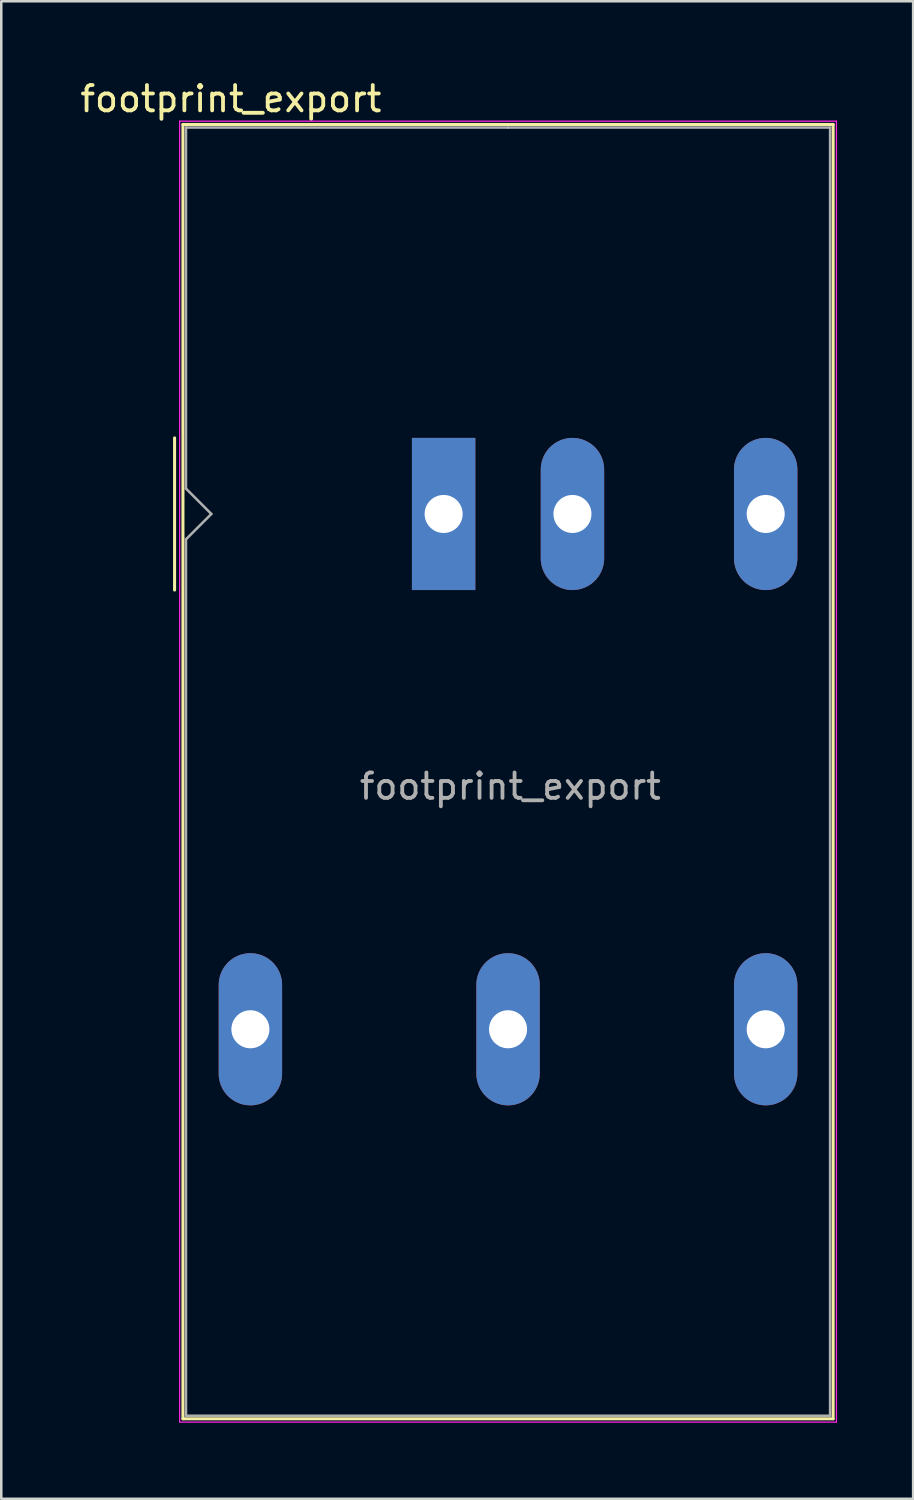
<source format=kicad_pcb>
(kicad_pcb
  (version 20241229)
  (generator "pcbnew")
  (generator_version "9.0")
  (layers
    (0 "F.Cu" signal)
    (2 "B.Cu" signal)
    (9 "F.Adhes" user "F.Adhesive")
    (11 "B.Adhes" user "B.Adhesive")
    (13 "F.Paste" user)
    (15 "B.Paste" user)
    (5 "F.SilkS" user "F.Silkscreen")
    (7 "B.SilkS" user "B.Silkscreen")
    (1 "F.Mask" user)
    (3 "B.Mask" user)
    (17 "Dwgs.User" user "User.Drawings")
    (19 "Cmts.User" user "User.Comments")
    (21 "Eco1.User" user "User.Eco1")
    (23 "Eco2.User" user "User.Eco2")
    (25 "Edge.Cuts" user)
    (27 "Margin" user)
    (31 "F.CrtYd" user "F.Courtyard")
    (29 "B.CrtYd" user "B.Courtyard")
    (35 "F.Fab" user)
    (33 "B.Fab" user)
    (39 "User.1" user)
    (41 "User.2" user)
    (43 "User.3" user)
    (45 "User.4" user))
  (footprint "footprint_export"
    (layer "F.Cu")
    (at 14.444 17.218)
    (property "Reference" "footprint_export" (at -8.39 -16.37 180) (layer "F.SilkS") (effects (font (size 1 1) (thickness 0.15))))
    (attr through_hole)
    (fp_line (start -10.61 -3) (end -10.61 3) (stroke (width 0.12) (type solid)) (layer "F.SilkS"))
    (fp_line (start -10.28 -15.36) (end 15.36 -15.36) (stroke (width 0.12) (type solid)) (layer "F.SilkS"))
    (fp_line (start -10.28 35.68) (end -10.28 -15.36) (stroke (width 0.12) (type solid)) (layer "F.SilkS"))
    (fp_line (start 15.36 -15.36) (end 15.36 35.68) (stroke (width 0.12) (type solid)) (layer "F.SilkS"))
    (fp_line (start 15.36 35.68) (end -10.28 35.68) (stroke (width 0.12) (type solid)) (layer "F.SilkS"))
    (fp_line (start -10.41 -15.49) (end 15.49 -15.49) (stroke (width 0.05) (type solid)) (layer "F.CrtYd"))
    (fp_line (start -10.41 35.8) (end -10.41 -15.49) (stroke (width 0.05) (type solid)) (layer "F.CrtYd"))
    (fp_line (start -10.41 35.81) (end 15.49 35.81) (stroke (width 0.05) (type solid)) (layer "F.CrtYd"))
    (fp_line (start 15.49 35.81) (end 15.49 -15.49) (stroke (width 0.05) (type solid)) (layer "F.CrtYd"))
    (fp_line (start -10.16 -1) (end -10.16 -15.24) (stroke (width 0.1) (type solid)) (layer "F.Fab"))
    (fp_line (start -10.16 1) (end -10.16 35.56) (stroke (width 0.1) (type solid)) (layer "F.Fab"))
    (fp_line (start -10.16 1) (end -9.16 0) (stroke (width 0.1) (type solid)) (layer "F.Fab"))
    (fp_line (start -10.16 35.56) (end 15.24 35.56) (stroke (width 0.1) (type solid)) (layer "F.Fab"))
    (fp_line (start -9.16 0) (end -10.16 -1) (stroke (width 0.1) (type solid)) (layer "F.Fab"))
    (fp_line (start 2.54 -15.24) (end -10.16 -15.24) (stroke (width 0.1) (type solid)) (layer "F.Fab"))
    (fp_line (start 15.24 -15.24) (end 2.54 -15.24) (stroke (width 0.1) (type solid)) (layer "F.Fab"))
    (fp_line (start 15.24 35.56) (end 15.24 -15.24) (stroke (width 0.1) (type solid)) (layer "F.Fab"))
    (fp_text user "${REFERENCE}" (at 2.63 10.74 0) (layer "F.Fab") (effects (font (size 1 1) (thickness 0.15))))
    (pad "1" thru_hole rect (at 0 0 90) (size 6 2.5) (drill 1.5) (layers "*.Cu" "*.Mask"))
    (pad "2" thru_hole oval (at 5.08 0 90) (size 6 2.5) (drill 1.5) (layers "*.Cu" "*.Mask"))
    (pad "3" thru_hole oval (at -7.62 20.32 90) (size 6 2.5) (drill 1.5) (layers "*.Cu" "*.Mask"))
    (pad "4" thru_hole oval (at 2.54 20.32 90) (size 6 2.5) (drill 1.5) (layers "*.Cu" "*.Mask"))
    (pad "5" thru_hole oval (at 12.7 20.32 90) (size 6 2.5) (drill 1.5) (layers "*.Cu" "*.Mask"))
    (pad "6" thru_hole oval (at 12.7 0 90) (size 6 2.5) (drill 1.5) (layers "*.Cu" "*.Mask")))
  (gr_rect
    (start -3 -3)
    (end 32.959 56.053)
    (stroke (width 0.1) (type default))
    (fill no)
    (layer "Edge.Cuts")))
</source>
